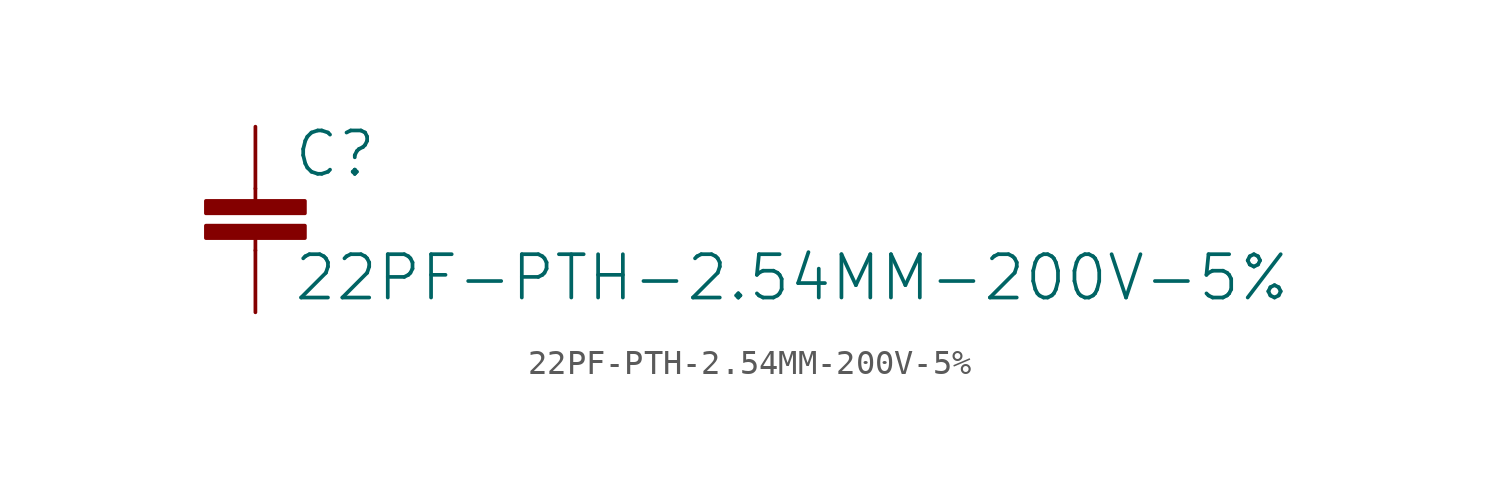
<source format=kicad_sym>
(kicad_symbol_lib
  (version 20211014)
  (generator kicad_symbol_editor)
  (symbol "22PF-PTH-2.54MM-200V-5%"
    (property "Reference" "C"
      (at 1.524 2.921 0)
      (effects (font (size 1.778 1.778)) (justify left bottom)))
    (property "Value" "22PF-PTH-2.54MM-200V-5%"
      (at 1.524 -2.159 0)
      (effects (font (size 1.778 1.778)) (justify left bottom)))
    (property "ki_locked" ""
      (at 0 0 0)
      (effects (font (size 1.27 1.27))))
    (symbol "22PF-PTH-2.54MM-200V-5%_1_0"
      (rectangle (start -2.032 0.508) (end 2.032 1.016) (stroke (width 0) (type default) (color 0 0 0 0)) (fill (type outline)))
      (rectangle (start -2.032 1.524) (end 2.032 2.032) (stroke (width 0) (type default) (color 0 0 0 0)) (fill (type outline)))
      (polyline (pts (xy 0 0) (xy 0 0.508)) (stroke (width 0.152) (type default) (color 0 0 0 0)) (fill (type none)))
      (polyline (pts (xy 0 2.54) (xy 0 2.032)) (stroke (width 0.152) (type default) (color 0 0 0 0)) (fill (type none)))
      (pin passive line (at 0 5.08 270) (length 2.54) (name "1" (effects (font (size 0 0)))) (number "1" (effects (font (size 0 0)))))
      (pin passive line (at 0 -2.54 90) (length 2.54) (name "2" (effects (font (size 0 0)))) (number "2" (effects (font (size 0 0))))))))
</source>
